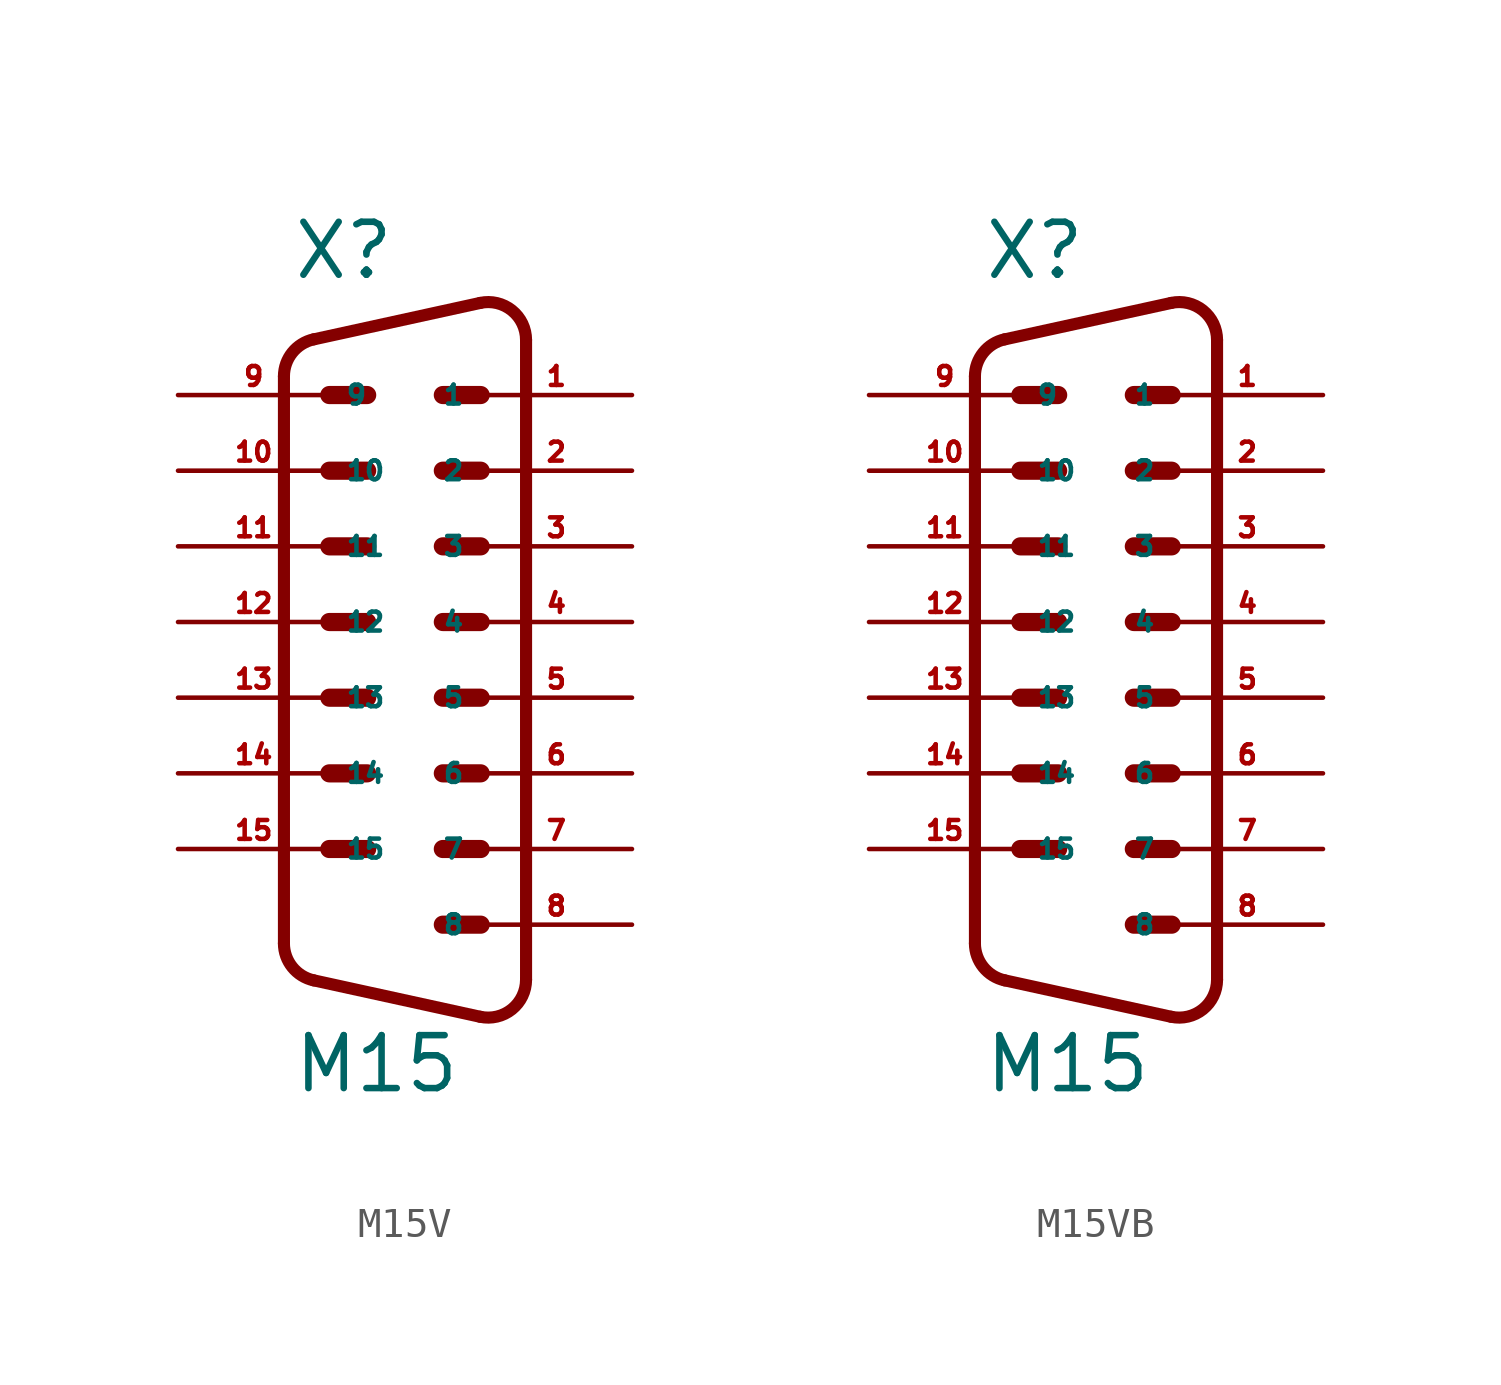
<source format=kicad_sym>
(kicad_symbol_lib
  (version 20220914)
  (generator Eagle2Kicad)
  (symbol "M15V"
    (property "Reference" "X"
      (at -3.81 11.43 0)
      (effects (font (size 1.778 1.778) (thickness 0.22)) (justify left bottom)))
    (property "Value" "M15"
      (at -3.81 -15.875 0)
      (effects (font (size 1.778 1.778) (thickness 0.22)) (justify left bottom)))
    (polyline
      (pts (xy -2.54 7.62) (xy -1.27 7.62))
      (stroke (width 0.61) (type default))
      (fill (type none)))
    (polyline
      (pts (xy 1.27 7.62) (xy 2.54 7.62))
      (stroke (width 0.61) (type default))
      (fill (type none)))
    (polyline
      (pts (xy 1.27 5.08) (xy 2.54 5.08))
      (stroke (width 0.61) (type default))
      (fill (type none)))
    (polyline
      (pts (xy -2.54 5.08) (xy -1.27 5.08))
      (stroke (width 0.61) (type default))
      (fill (type none)))
    (polyline
      (pts (xy -2.54 2.54) (xy -1.27 2.54))
      (stroke (width 0.61) (type default))
      (fill (type none)))
    (polyline
      (pts (xy 1.27 2.54) (xy 2.54 2.54))
      (stroke (width 0.61) (type default))
      (fill (type none)))
    (polyline
      (pts (xy -2.54 0) (xy -1.27 0))
      (stroke (width 0.61) (type default))
      (fill (type none)))
    (polyline
      (pts (xy -2.54 -2.54) (xy -1.27 -2.54))
      (stroke (width 0.61) (type default))
      (fill (type none)))
    (polyline
      (pts (xy 1.27 0) (xy 2.54 0))
      (stroke (width 0.61) (type default))
      (fill (type none)))
    (polyline
      (pts (xy 1.27 -2.54) (xy 2.54 -2.54))
      (stroke (width 0.61) (type default))
      (fill (type none)))
    (polyline
      (pts (xy -2.54 -5.08) (xy -1.27 -5.08))
      (stroke (width 0.61) (type default))
      (fill (type none)))
    (polyline
      (pts (xy -2.54 -7.62) (xy -1.27 -7.62))
      (stroke (width 0.61) (type default))
      (fill (type none)))
    (polyline
      (pts (xy 1.27 -5.08) (xy 2.54 -5.08))
      (stroke (width 0.61) (type default))
      (fill (type none)))
    (polyline
      (pts (xy 1.27 -10.16) (xy 2.54 -10.16))
      (stroke (width 0.61) (type default))
      (fill (type none)))
    (polyline
      (pts (xy 1.27 -7.62) (xy 2.54 -7.62))
      (stroke (width 0.61) (type default))
      (fill (type none)))
    (arc
      (start 2.5226 -13.2518)
      (mid 3.590 -13.000)
      (end 4.0637 -12.0112)
      (stroke (width 0.4064) (type default))
      (fill (type none)))
    (polyline
      (pts (xy 2.523 -13.252) (xy -3.065 -12.029))
      (stroke (width 0.406) (type default))
      (fill (type none)))
    (arc
      (start -4.064 -10.7888)
      (mid -3.783 -11.585)
      (end -3.0654 -12.0294)
      (stroke (width 0.4064) (type default))
      (fill (type none)))
    (polyline
      (pts (xy -4.064 8.249) (xy -4.064 -10.789))
      (stroke (width 0.406) (type default))
      (fill (type none)))
    (arc
      (start -3.0654 9.4894)
      (mid -3.783 9.045)
      (end -4.064 8.2488)
      (stroke (width 0.4064) (type default))
      (fill (type none)))
    (polyline
      (pts (xy 4.064 9.471) (xy 4.064 -12.011))
      (stroke (width 0.406) (type default))
      (fill (type none)))
    (polyline
      (pts (xy 2.523 10.712) (xy -3.065 9.489))
      (stroke (width 0.406) (type default))
      (fill (type none)))
    (arc
      (start 4.064 9.4712)
      (mid 3.590 10.461)
      (end 2.5226 10.7119)
      (stroke (width 0.4064) (type default))
      (fill (type none)))
    (pin passive line
      (at 7.62 7.62 180)
      (length 5.08)
      (name "1" (effects (font (size 0.635 0.635) (thickness 0.08)) (justify left bottom)))
      (number "1" (effects (font (size 0.635 0.635) (thickness 0.08)) (justify left bottom))))
    (pin passive line
      (at -7.62 7.62 0)
      (length 5.08)
      (name "9" (effects (font (size 0.635 0.635) (thickness 0.08)) (justify left bottom)))
      (number "9" (effects (font (size 0.635 0.635) (thickness 0.08)) (justify left bottom))))
    (pin passive line
      (at 7.62 5.08 180)
      (length 5.08)
      (name "2" (effects (font (size 0.635 0.635) (thickness 0.08)) (justify left bottom)))
      (number "2" (effects (font (size 0.635 0.635) (thickness 0.08)) (justify left bottom))))
    (pin passive line
      (at -7.62 5.08 0)
      (length 5.08)
      (name "10" (effects (font (size 0.635 0.635) (thickness 0.08)) (justify left bottom)))
      (number "10" (effects (font (size 0.635 0.635) (thickness 0.08)) (justify left bottom))))
    (pin passive line
      (at 7.62 2.54 180)
      (length 5.08)
      (name "3" (effects (font (size 0.635 0.635) (thickness 0.08)) (justify left bottom)))
      (number "3" (effects (font (size 0.635 0.635) (thickness 0.08)) (justify left bottom))))
    (pin passive line
      (at -7.62 2.54 0)
      (length 5.08)
      (name "11" (effects (font (size 0.635 0.635) (thickness 0.08)) (justify left bottom)))
      (number "11" (effects (font (size 0.635 0.635) (thickness 0.08)) (justify left bottom))))
    (pin passive line
      (at 7.62 0 180)
      (length 5.08)
      (name "4" (effects (font (size 0.635 0.635) (thickness 0.08)) (justify left bottom)))
      (number "4" (effects (font (size 0.635 0.635) (thickness 0.08)) (justify left bottom))))
    (pin passive line
      (at -7.62 0 0)
      (length 5.08)
      (name "12" (effects (font (size 0.635 0.635) (thickness 0.08)) (justify left bottom)))
      (number "12" (effects (font (size 0.635 0.635) (thickness 0.08)) (justify left bottom))))
    (pin passive line
      (at 7.62 -2.54 180)
      (length 5.08)
      (name "5" (effects (font (size 0.635 0.635) (thickness 0.08)) (justify left bottom)))
      (number "5" (effects (font (size 0.635 0.635) (thickness 0.08)) (justify left bottom))))
    (pin passive line
      (at -7.62 -2.54 0)
      (length 5.08)
      (name "13" (effects (font (size 0.635 0.635) (thickness 0.08)) (justify left bottom)))
      (number "13" (effects (font (size 0.635 0.635) (thickness 0.08)) (justify left bottom))))
    (pin passive line
      (at 7.62 -5.08 180)
      (length 5.08)
      (name "6" (effects (font (size 0.635 0.635) (thickness 0.08)) (justify left bottom)))
      (number "6" (effects (font (size 0.635 0.635) (thickness 0.08)) (justify left bottom))))
    (pin passive line
      (at -7.62 -5.08 0)
      (length 5.08)
      (name "14" (effects (font (size 0.635 0.635) (thickness 0.08)) (justify left bottom)))
      (number "14" (effects (font (size 0.635 0.635) (thickness 0.08)) (justify left bottom))))
    (pin passive line
      (at 7.62 -7.62 180)
      (length 5.08)
      (name "7" (effects (font (size 0.635 0.635) (thickness 0.08)) (justify left bottom)))
      (number "7" (effects (font (size 0.635 0.635) (thickness 0.08)) (justify left bottom))))
    (pin passive line
      (at -7.62 -7.62 0)
      (length 5.08)
      (name "15" (effects (font (size 0.635 0.635) (thickness 0.08)) (justify left bottom)))
      (number "15" (effects (font (size 0.635 0.635) (thickness 0.08)) (justify left bottom))))
    (pin passive line
      (at 7.62 -10.16 180)
      (length 5.08)
      (name "8" (effects (font (size 0.635 0.635) (thickness 0.08)) (justify left bottom)))
      (number "8" (effects (font (size 0.635 0.635) (thickness 0.08)) (justify left bottom)))))
  (symbol "M15VB"
    (property "Reference" "X"
      (at -3.81 11.43 0)
      (effects (font (size 1.778 1.778) (thickness 0.22)) (justify left bottom)))
    (property "Value" "M15"
      (at -3.81 -15.875 0)
      (effects (font (size 1.778 1.778) (thickness 0.22)) (justify left bottom)))
    (polyline
      (pts (xy -2.54 7.62) (xy -1.27 7.62))
      (stroke (width 0.61) (type default))
      (fill (type none)))
    (polyline
      (pts (xy 1.27 7.62) (xy 2.54 7.62))
      (stroke (width 0.61) (type default))
      (fill (type none)))
    (polyline
      (pts (xy 1.27 5.08) (xy 2.54 5.08))
      (stroke (width 0.61) (type default))
      (fill (type none)))
    (polyline
      (pts (xy -2.54 5.08) (xy -1.27 5.08))
      (stroke (width 0.61) (type default))
      (fill (type none)))
    (polyline
      (pts (xy -2.54 2.54) (xy -1.27 2.54))
      (stroke (width 0.61) (type default))
      (fill (type none)))
    (polyline
      (pts (xy 1.27 2.54) (xy 2.54 2.54))
      (stroke (width 0.61) (type default))
      (fill (type none)))
    (polyline
      (pts (xy -2.54 0) (xy -1.27 0))
      (stroke (width 0.61) (type default))
      (fill (type none)))
    (polyline
      (pts (xy -2.54 -2.54) (xy -1.27 -2.54))
      (stroke (width 0.61) (type default))
      (fill (type none)))
    (polyline
      (pts (xy 1.27 0) (xy 2.54 0))
      (stroke (width 0.61) (type default))
      (fill (type none)))
    (polyline
      (pts (xy 1.27 -2.54) (xy 2.54 -2.54))
      (stroke (width 0.61) (type default))
      (fill (type none)))
    (polyline
      (pts (xy -2.54 -5.08) (xy -1.27 -5.08))
      (stroke (width 0.61) (type default))
      (fill (type none)))
    (polyline
      (pts (xy -2.54 -7.62) (xy -1.27 -7.62))
      (stroke (width 0.61) (type default))
      (fill (type none)))
    (polyline
      (pts (xy 1.27 -5.08) (xy 2.54 -5.08))
      (stroke (width 0.61) (type default))
      (fill (type none)))
    (polyline
      (pts (xy 1.27 -10.16) (xy 2.54 -10.16))
      (stroke (width 0.61) (type default))
      (fill (type none)))
    (polyline
      (pts (xy 1.27 -7.62) (xy 2.54 -7.62))
      (stroke (width 0.61) (type default))
      (fill (type none)))
    (arc
      (start 2.5226 -13.2518)
      (mid 3.590 -13.000)
      (end 4.0637 -12.0112)
      (stroke (width 0.4064) (type default))
      (fill (type none)))
    (polyline
      (pts (xy 2.523 -13.252) (xy -3.065 -12.029))
      (stroke (width 0.406) (type default))
      (fill (type none)))
    (arc
      (start -4.064 -10.7888)
      (mid -3.783 -11.585)
      (end -3.0654 -12.0294)
      (stroke (width 0.4064) (type default))
      (fill (type none)))
    (polyline
      (pts (xy -4.064 8.249) (xy -4.064 -10.789))
      (stroke (width 0.406) (type default))
      (fill (type none)))
    (arc
      (start -3.0654 9.4894)
      (mid -3.783 9.045)
      (end -4.064 8.2488)
      (stroke (width 0.4064) (type default))
      (fill (type none)))
    (polyline
      (pts (xy 4.064 9.471) (xy 4.064 -12.011))
      (stroke (width 0.406) (type default))
      (fill (type none)))
    (polyline
      (pts (xy 2.523 10.712) (xy -3.065 9.489))
      (stroke (width 0.406) (type default))
      (fill (type none)))
    (arc
      (start 4.064 9.4712)
      (mid 3.590 10.461)
      (end 2.5226 10.7119)
      (stroke (width 0.4064) (type default))
      (fill (type none)))
    (pin passive line
      (at 7.62 7.62 180)
      (length 5.08)
      (name "1" (effects (font (size 0.635 0.635) (thickness 0.08)) (justify left bottom)))
      (number "1" (effects (font (size 0.635 0.635) (thickness 0.08)) (justify left bottom))))
    (pin passive line
      (at -7.62 7.62 0)
      (length 5.08)
      (name "9" (effects (font (size 0.635 0.635) (thickness 0.08)) (justify left bottom)))
      (number "9" (effects (font (size 0.635 0.635) (thickness 0.08)) (justify left bottom))))
    (pin passive line
      (at 7.62 5.08 180)
      (length 5.08)
      (name "2" (effects (font (size 0.635 0.635) (thickness 0.08)) (justify left bottom)))
      (number "2" (effects (font (size 0.635 0.635) (thickness 0.08)) (justify left bottom))))
    (pin passive line
      (at -7.62 5.08 0)
      (length 5.08)
      (name "10" (effects (font (size 0.635 0.635) (thickness 0.08)) (justify left bottom)))
      (number "10" (effects (font (size 0.635 0.635) (thickness 0.08)) (justify left bottom))))
    (pin passive line
      (at 7.62 2.54 180)
      (length 5.08)
      (name "3" (effects (font (size 0.635 0.635) (thickness 0.08)) (justify left bottom)))
      (number "3" (effects (font (size 0.635 0.635) (thickness 0.08)) (justify left bottom))))
    (pin passive line
      (at -7.62 2.54 0)
      (length 5.08)
      (name "11" (effects (font (size 0.635 0.635) (thickness 0.08)) (justify left bottom)))
      (number "11" (effects (font (size 0.635 0.635) (thickness 0.08)) (justify left bottom))))
    (pin passive line
      (at 7.62 0 180)
      (length 5.08)
      (name "4" (effects (font (size 0.635 0.635) (thickness 0.08)) (justify left bottom)))
      (number "4" (effects (font (size 0.635 0.635) (thickness 0.08)) (justify left bottom))))
    (pin passive line
      (at -7.62 0 0)
      (length 5.08)
      (name "12" (effects (font (size 0.635 0.635) (thickness 0.08)) (justify left bottom)))
      (number "12" (effects (font (size 0.635 0.635) (thickness 0.08)) (justify left bottom))))
    (pin passive line
      (at 7.62 -2.54 180)
      (length 5.08)
      (name "5" (effects (font (size 0.635 0.635) (thickness 0.08)) (justify left bottom)))
      (number "5" (effects (font (size 0.635 0.635) (thickness 0.08)) (justify left bottom))))
    (pin passive line
      (at -7.62 -2.54 0)
      (length 5.08)
      (name "13" (effects (font (size 0.635 0.635) (thickness 0.08)) (justify left bottom)))
      (number "13" (effects (font (size 0.635 0.635) (thickness 0.08)) (justify left bottom))))
    (pin passive line
      (at 7.62 -5.08 180)
      (length 5.08)
      (name "6" (effects (font (size 0.635 0.635) (thickness 0.08)) (justify left bottom)))
      (number "6" (effects (font (size 0.635 0.635) (thickness 0.08)) (justify left bottom))))
    (pin passive line
      (at -7.62 -5.08 0)
      (length 5.08)
      (name "14" (effects (font (size 0.635 0.635) (thickness 0.08)) (justify left bottom)))
      (number "14" (effects (font (size 0.635 0.635) (thickness 0.08)) (justify left bottom))))
    (pin passive line
      (at 7.62 -7.62 180)
      (length 5.08)
      (name "7" (effects (font (size 0.635 0.635) (thickness 0.08)) (justify left bottom)))
      (number "7" (effects (font (size 0.635 0.635) (thickness 0.08)) (justify left bottom))))
    (pin passive line
      (at -7.62 -7.62 0)
      (length 5.08)
      (name "15" (effects (font (size 0.635 0.635) (thickness 0.08)) (justify left bottom)))
      (number "15" (effects (font (size 0.635 0.635) (thickness 0.08)) (justify left bottom))))
    (pin passive line
      (at 7.62 -10.16 180)
      (length 5.08)
      (name "8" (effects (font (size 0.635 0.635) (thickness 0.08)) (justify left bottom)))
      (number "8" (effects (font (size 0.635 0.635) (thickness 0.08)) (justify left bottom))))))
</source>
